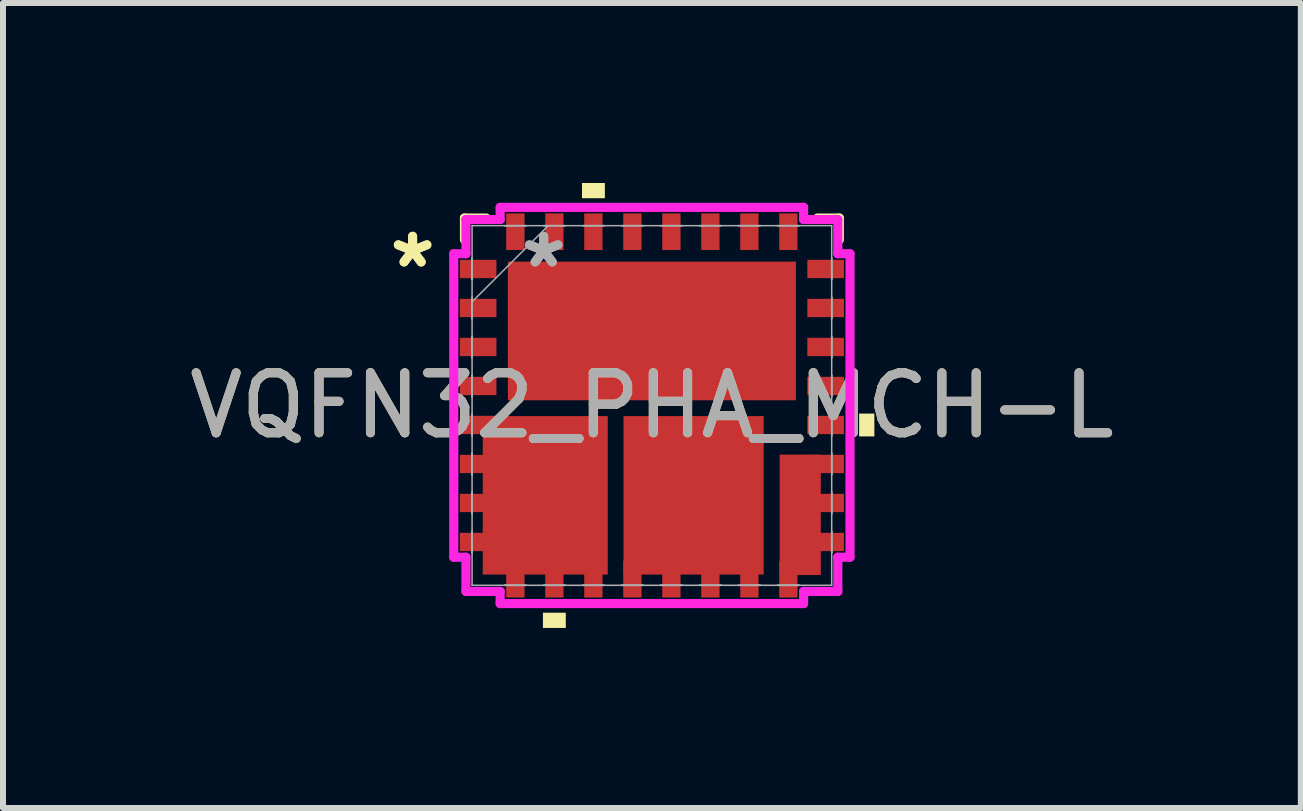
<source format=kicad_pcb>
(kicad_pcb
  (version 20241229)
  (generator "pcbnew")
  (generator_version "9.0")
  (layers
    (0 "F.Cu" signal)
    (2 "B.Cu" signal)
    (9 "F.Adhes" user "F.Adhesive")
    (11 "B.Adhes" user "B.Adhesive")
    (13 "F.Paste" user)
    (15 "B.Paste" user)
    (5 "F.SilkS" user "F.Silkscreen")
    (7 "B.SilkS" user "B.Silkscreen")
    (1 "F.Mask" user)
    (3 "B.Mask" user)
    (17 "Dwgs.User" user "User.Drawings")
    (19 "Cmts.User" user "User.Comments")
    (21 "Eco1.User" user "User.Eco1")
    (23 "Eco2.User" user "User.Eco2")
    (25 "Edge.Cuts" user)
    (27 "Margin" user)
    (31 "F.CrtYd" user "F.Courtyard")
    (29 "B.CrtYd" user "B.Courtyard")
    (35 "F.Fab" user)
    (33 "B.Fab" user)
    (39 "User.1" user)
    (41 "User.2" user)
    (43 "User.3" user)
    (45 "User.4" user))
  (footprint "VQFN32_PHA_MCH-L"
    (layer "F.Cu")
    (at 7.815 3.708)
    (property "Reference" "VQFN32_PHA_MCH-L" (at 0 0 0) (unlocked yes) (layer "F.SilkS") (effects (font (size 1 1) (thickness 0.15))))
    (attr smd)
    (fp_poly (pts (xy -2.819 0.177) (xy -0.736 0.177) (xy -0.736 2.818) (xy -2.819 2.818)) (stroke (width 0) (type solid)) (fill yes) (layer "F.Cu"))
    (fp_poly (pts (xy -0.473 0.177) (xy 1.863 0.177) (xy 1.863 2.818) (xy -0.473 2.818)) (stroke (width 0) (type solid)) (fill yes) (layer "F.Cu"))
    (fp_poly (pts (xy 2.13 0.819) (xy 2.815 0.819) (xy 2.815 2.826) (xy 2.13 2.826)) (stroke (width 0) (type solid)) (fill yes) (layer "F.Cu"))
    (fp_poly (pts (xy -2.819 0.177) (xy -0.736 0.177) (xy -0.736 2.818) (xy -2.819 2.818)) (stroke (width 0) (type solid)) (fill yes) (layer "F.Mask"))
    (fp_poly (pts (xy -0.473 0.177) (xy 1.863 0.177) (xy 1.863 2.818) (xy -0.473 2.818)) (stroke (width 0) (type solid)) (fill yes) (layer "F.Mask"))
    (fp_poly (pts (xy 2.13 0.819) (xy 2.815 0.819) (xy 2.815 2.826) (xy 2.13 2.826)) (stroke (width 0) (type solid)) (fill yes) (layer "F.Mask"))
    (fp_line (start -3.124 -3.124) (end -3.124 -2.76) (stroke (width 0.152) (type solid)) (layer "F.SilkS"))
    (fp_line (start -2.76 -3.124) (end -3.124 -3.124) (stroke (width 0.152) (type solid)) (layer "F.SilkS"))
    (fp_line (start 3.124 -3.124) (end 2.76 -3.124) (stroke (width 0.152) (type solid)) (layer "F.SilkS"))
    (fp_line (start 3.124 -2.76) (end 3.124 -3.124) (stroke (width 0.152) (type solid)) (layer "F.SilkS"))
    (fp_poly (pts (xy -1.816 3.454) (xy -1.816 3.708) (xy -1.435 3.708) (xy -1.435 3.454)) (stroke (width 0) (type solid)) (fill yes) (layer "F.SilkS"))
    (fp_poly (pts (xy -1.165 -3.454) (xy -1.165 -3.708) (xy -0.784 -3.708) (xy -0.784 -3.454)) (stroke (width 0) (type solid)) (fill yes) (layer "F.SilkS"))
    (fp_poly (pts (xy 3.708 0.135) (xy 3.708 0.516) (xy 3.454 0.516) (xy 3.454 0.135)) (stroke (width 0) (type solid)) (fill yes) (layer "F.SilkS"))
    (fp_poly (pts (xy -2.819 0.177) (xy -0.736 0.177) (xy -0.736 2.818) (xy -2.819 2.818)) (stroke (width 0) (type solid)) (fill yes) (layer "F.Paste"))
    (fp_poly (pts (xy -0.473 0.177) (xy 1.863 0.177) (xy 1.863 2.818) (xy -0.473 2.818)) (stroke (width 0) (type solid)) (fill yes) (layer "F.Paste"))
    (fp_poly (pts (xy 2.13 0.819) (xy 2.815 0.819) (xy 2.815 2.826) (xy 2.13 2.826)) (stroke (width 0) (type solid)) (fill yes) (layer "F.Paste"))
    (fp_line (start -3.302 -2.529) (end -3.099 -2.529) (stroke (width 0.152) (type solid)) (layer "F.CrtYd"))
    (fp_line (start -3.302 2.529) (end -3.302 -2.529) (stroke (width 0.152) (type solid)) (layer "F.CrtYd"))
    (fp_line (start -3.099 -3.099) (end -2.529 -3.099) (stroke (width 0.152) (type solid)) (layer "F.CrtYd"))
    (fp_line (start -3.099 -2.529) (end -3.099 -3.099) (stroke (width 0.152) (type solid)) (layer "F.CrtYd"))
    (fp_line (start -3.099 2.529) (end -3.302 2.529) (stroke (width 0.152) (type solid)) (layer "F.CrtYd"))
    (fp_line (start -3.099 3.099) (end -3.099 2.529) (stroke (width 0.152) (type solid)) (layer "F.CrtYd"))
    (fp_line (start -2.529 -3.302) (end 2.529 -3.302) (stroke (width 0.152) (type solid)) (layer "F.CrtYd"))
    (fp_line (start -2.529 -3.099) (end -2.529 -3.302) (stroke (width 0.152) (type solid)) (layer "F.CrtYd"))
    (fp_line (start -2.529 3.099) (end -3.099 3.099) (stroke (width 0.152) (type solid)) (layer "F.CrtYd"))
    (fp_line (start -2.529 3.302) (end -2.529 3.099) (stroke (width 0.152) (type solid)) (layer "F.CrtYd"))
    (fp_line (start 2.529 -3.302) (end 2.529 -3.099) (stroke (width 0.152) (type solid)) (layer "F.CrtYd"))
    (fp_line (start 2.529 -3.099) (end 3.099 -3.099) (stroke (width 0.152) (type solid)) (layer "F.CrtYd"))
    (fp_line (start 2.529 3.099) (end 2.529 3.302) (stroke (width 0.152) (type solid)) (layer "F.CrtYd"))
    (fp_line (start 2.529 3.302) (end -2.529 3.302) (stroke (width 0.152) (type solid)) (layer "F.CrtYd"))
    (fp_line (start 3.099 -3.099) (end 3.099 -2.529) (stroke (width 0.152) (type solid)) (layer "F.CrtYd"))
    (fp_line (start 3.099 -2.529) (end 3.302 -2.529) (stroke (width 0.152) (type solid)) (layer "F.CrtYd"))
    (fp_line (start 3.099 2.529) (end 3.099 3.099) (stroke (width 0.152) (type solid)) (layer "F.CrtYd"))
    (fp_line (start 3.099 3.099) (end 2.529 3.099) (stroke (width 0.152) (type solid)) (layer "F.CrtYd"))
    (fp_line (start 3.302 -2.529) (end 3.302 2.529) (stroke (width 0.152) (type solid)) (layer "F.CrtYd"))
    (fp_line (start 3.302 2.529) (end 3.099 2.529) (stroke (width 0.152) (type solid)) (layer "F.CrtYd"))
    (fp_line (start -2.997 -2.997) (end -2.997 2.997) (stroke (width 0.025) (type solid)) (layer "F.Fab"))
    (fp_line (start -2.997 -2.453) (end -2.997 -2.453) (stroke (width 0.025) (type solid)) (layer "F.Fab"))
    (fp_line (start -2.997 -2.453) (end -2.997 -2.097) (stroke (width 0.025) (type solid)) (layer "F.Fab"))
    (fp_line (start -2.997 -2.097) (end -2.997 -2.453) (stroke (width 0.025) (type solid)) (layer "F.Fab"))
    (fp_line (start -2.997 -2.097) (end -2.997 -2.097) (stroke (width 0.025) (type solid)) (layer "F.Fab"))
    (fp_line (start -2.997 -1.803) (end -2.997 -1.803) (stroke (width 0.025) (type solid)) (layer "F.Fab"))
    (fp_line (start -2.997 -1.803) (end -2.997 -1.447) (stroke (width 0.025) (type solid)) (layer "F.Fab"))
    (fp_line (start -2.997 -1.727) (end -1.727 -2.997) (stroke (width 0.025) (type solid)) (layer "F.Fab"))
    (fp_line (start -2.997 -1.447) (end -2.997 -1.803) (stroke (width 0.025) (type solid)) (layer "F.Fab"))
    (fp_line (start -2.997 -1.447) (end -2.997 -1.447) (stroke (width 0.025) (type solid)) (layer "F.Fab"))
    (fp_line (start -2.997 -1.153) (end -2.997 -1.153) (stroke (width 0.025) (type solid)) (layer "F.Fab"))
    (fp_line (start -2.997 -1.153) (end -2.997 -0.797) (stroke (width 0.025) (type solid)) (layer "F.Fab"))
    (fp_line (start -2.997 -0.797) (end -2.997 -1.153) (stroke (width 0.025) (type solid)) (layer "F.Fab"))
    (fp_line (start -2.997 -0.797) (end -2.997 -0.797) (stroke (width 0.025) (type solid)) (layer "F.Fab"))
    (fp_line (start -2.997 -0.503) (end -2.997 -0.503) (stroke (width 0.025) (type solid)) (layer "F.Fab"))
    (fp_line (start -2.997 -0.503) (end -2.997 -0.147) (stroke (width 0.025) (type solid)) (layer "F.Fab"))
    (fp_line (start -2.997 -0.147) (end -2.997 -0.503) (stroke (width 0.025) (type solid)) (layer "F.Fab"))
    (fp_line (start -2.997 -0.147) (end -2.997 -0.147) (stroke (width 0.025) (type solid)) (layer "F.Fab"))
    (fp_line (start -2.997 0.147) (end -2.997 0.147) (stroke (width 0.025) (type solid)) (layer "F.Fab"))
    (fp_line (start -2.997 0.147) (end -2.997 0.503) (stroke (width 0.025) (type solid)) (layer "F.Fab"))
    (fp_line (start -2.997 0.503) (end -2.997 0.147) (stroke (width 0.025) (type solid)) (layer "F.Fab"))
    (fp_line (start -2.997 0.503) (end -2.997 0.503) (stroke (width 0.025) (type solid)) (layer "F.Fab"))
    (fp_line (start -2.997 0.797) (end -2.997 0.797) (stroke (width 0.025) (type solid)) (layer "F.Fab"))
    (fp_line (start -2.997 0.797) (end -2.997 1.153) (stroke (width 0.025) (type solid)) (layer "F.Fab"))
    (fp_line (start -2.997 1.153) (end -2.997 0.797) (stroke (width 0.025) (type solid)) (layer "F.Fab"))
    (fp_line (start -2.997 1.153) (end -2.997 1.153) (stroke (width 0.025) (type solid)) (layer "F.Fab"))
    (fp_line (start -2.997 1.447) (end -2.997 1.447) (stroke (width 0.025) (type solid)) (layer "F.Fab"))
    (fp_line (start -2.997 1.447) (end -2.997 1.803) (stroke (width 0.025) (type solid)) (layer "F.Fab"))
    (fp_line (start -2.997 1.803) (end -2.997 1.447) (stroke (width 0.025) (type solid)) (layer "F.Fab"))
    (fp_line (start -2.997 1.803) (end -2.997 1.803) (stroke (width 0.025) (type solid)) (layer "F.Fab"))
    (fp_line (start -2.997 2.097) (end -2.997 2.097) (stroke (width 0.025) (type solid)) (layer "F.Fab"))
    (fp_line (start -2.997 2.097) (end -2.997 2.453) (stroke (width 0.025) (type solid)) (layer "F.Fab"))
    (fp_line (start -2.997 2.453) (end -2.997 2.097) (stroke (width 0.025) (type solid)) (layer "F.Fab"))
    (fp_line (start -2.997 2.453) (end -2.997 2.453) (stroke (width 0.025) (type solid)) (layer "F.Fab"))
    (fp_line (start -2.997 2.997) (end 2.997 2.997) (stroke (width 0.025) (type solid)) (layer "F.Fab"))
    (fp_line (start -2.453 -2.997) (end -2.453 -2.997) (stroke (width 0.025) (type solid)) (layer "F.Fab"))
    (fp_line (start -2.453 -2.997) (end -2.097 -2.997) (stroke (width 0.025) (type solid)) (layer "F.Fab"))
    (fp_line (start -2.453 2.997) (end -2.453 2.997) (stroke (width 0.025) (type solid)) (layer "F.Fab"))
    (fp_line (start -2.453 2.997) (end -2.097 2.997) (stroke (width 0.025) (type solid)) (layer "F.Fab"))
    (fp_line (start -2.097 -2.997) (end -2.453 -2.997) (stroke (width 0.025) (type solid)) (layer "F.Fab"))
    (fp_line (start -2.097 -2.997) (end -2.097 -2.997) (stroke (width 0.025) (type solid)) (layer "F.Fab"))
    (fp_line (start -2.097 2.997) (end -2.453 2.997) (stroke (width 0.025) (type solid)) (layer "F.Fab"))
    (fp_line (start -2.097 2.997) (end -2.097 2.997) (stroke (width 0.025) (type solid)) (layer "F.Fab"))
    (fp_line (start -1.803 -2.997) (end -1.803 -2.997) (stroke (width 0.025) (type solid)) (layer "F.Fab"))
    (fp_line (start -1.803 -2.997) (end -1.447 -2.997) (stroke (width 0.025) (type solid)) (layer "F.Fab"))
    (fp_line (start -1.803 2.997) (end -1.803 2.997) (stroke (width 0.025) (type solid)) (layer "F.Fab"))
    (fp_line (start -1.803 2.997) (end -1.447 2.997) (stroke (width 0.025) (type solid)) (layer "F.Fab"))
    (fp_line (start -1.447 -2.997) (end -1.803 -2.997) (stroke (width 0.025) (type solid)) (layer "F.Fab"))
    (fp_line (start -1.447 -2.997) (end -1.447 -2.997) (stroke (width 0.025) (type solid)) (layer "F.Fab"))
    (fp_line (start -1.447 2.997) (end -1.803 2.997) (stroke (width 0.025) (type solid)) (layer "F.Fab"))
    (fp_line (start -1.447 2.997) (end -1.447 2.997) (stroke (width 0.025) (type solid)) (layer "F.Fab"))
    (fp_line (start -1.153 -2.997) (end -1.153 -2.997) (stroke (width 0.025) (type solid)) (layer "F.Fab"))
    (fp_line (start -1.153 -2.997) (end -0.797 -2.997) (stroke (width 0.025) (type solid)) (layer "F.Fab"))
    (fp_line (start -1.153 2.997) (end -1.153 2.997) (stroke (width 0.025) (type solid)) (layer "F.Fab"))
    (fp_line (start -1.153 2.997) (end -0.797 2.997) (stroke (width 0.025) (type solid)) (layer "F.Fab"))
    (fp_line (start -0.797 -2.997) (end -1.153 -2.997) (stroke (width 0.025) (type solid)) (layer "F.Fab"))
    (fp_line (start -0.797 -2.997) (end -0.797 -2.997) (stroke (width 0.025) (type solid)) (layer "F.Fab"))
    (fp_line (start -0.797 2.997) (end -1.153 2.997) (stroke (width 0.025) (type solid)) (layer "F.Fab"))
    (fp_line (start -0.797 2.997) (end -0.797 2.997) (stroke (width 0.025) (type solid)) (layer "F.Fab"))
    (fp_line (start -0.503 -2.997) (end -0.503 -2.997) (stroke (width 0.025) (type solid)) (layer "F.Fab"))
    (fp_line (start -0.503 -2.997) (end -0.147 -2.997) (stroke (width 0.025) (type solid)) (layer "F.Fab"))
    (fp_line (start -0.503 2.997) (end -0.503 2.997) (stroke (width 0.025) (type solid)) (layer "F.Fab"))
    (fp_line (start -0.503 2.997) (end -0.147 2.997) (stroke (width 0.025) (type solid)) (layer "F.Fab"))
    (fp_line (start -0.147 -2.997) (end -0.503 -2.997) (stroke (width 0.025) (type solid)) (layer "F.Fab"))
    (fp_line (start -0.147 -2.997) (end -0.147 -2.997) (stroke (width 0.025) (type solid)) (layer "F.Fab"))
    (fp_line (start -0.147 2.997) (end -0.503 2.997) (stroke (width 0.025) (type solid)) (layer "F.Fab"))
    (fp_line (start -0.147 2.997) (end -0.147 2.997) (stroke (width 0.025) (type solid)) (layer "F.Fab"))
    (fp_line (start 0.147 -2.997) (end 0.147 -2.997) (stroke (width 0.025) (type solid)) (layer "F.Fab"))
    (fp_line (start 0.147 -2.997) (end 0.503 -2.997) (stroke (width 0.025) (type solid)) (layer "F.Fab"))
    (fp_line (start 0.147 2.997) (end 0.147 2.997) (stroke (width 0.025) (type solid)) (layer "F.Fab"))
    (fp_line (start 0.147 2.997) (end 0.503 2.997) (stroke (width 0.025) (type solid)) (layer "F.Fab"))
    (fp_line (start 0.503 -2.997) (end 0.147 -2.997) (stroke (width 0.025) (type solid)) (layer "F.Fab"))
    (fp_line (start 0.503 -2.997) (end 0.503 -2.997) (stroke (width 0.025) (type solid)) (layer "F.Fab"))
    (fp_line (start 0.503 2.997) (end 0.147 2.997) (stroke (width 0.025) (type solid)) (layer "F.Fab"))
    (fp_line (start 0.503 2.997) (end 0.503 2.997) (stroke (width 0.025) (type solid)) (layer "F.Fab"))
    (fp_line (start 0.797 -2.997) (end 0.797 -2.997) (stroke (width 0.025) (type solid)) (layer "F.Fab"))
    (fp_line (start 0.797 -2.997) (end 1.153 -2.997) (stroke (width 0.025) (type solid)) (layer "F.Fab"))
    (fp_line (start 0.797 2.997) (end 0.797 2.997) (stroke (width 0.025) (type solid)) (layer "F.Fab"))
    (fp_line (start 0.797 2.997) (end 1.153 2.997) (stroke (width 0.025) (type solid)) (layer "F.Fab"))
    (fp_line (start 1.153 -2.997) (end 0.797 -2.997) (stroke (width 0.025) (type solid)) (layer "F.Fab"))
    (fp_line (start 1.153 -2.997) (end 1.153 -2.997) (stroke (width 0.025) (type solid)) (layer "F.Fab"))
    (fp_line (start 1.153 2.997) (end 0.797 2.997) (stroke (width 0.025) (type solid)) (layer "F.Fab"))
    (fp_line (start 1.153 2.997) (end 1.153 2.997) (stroke (width 0.025) (type solid)) (layer "F.Fab"))
    (fp_line (start 1.447 -2.997) (end 1.447 -2.997) (stroke (width 0.025) (type solid)) (layer "F.Fab"))
    (fp_line (start 1.447 -2.997) (end 1.803 -2.997) (stroke (width 0.025) (type solid)) (layer "F.Fab"))
    (fp_line (start 1.447 2.997) (end 1.447 2.997) (stroke (width 0.025) (type solid)) (layer "F.Fab"))
    (fp_line (start 1.447 2.997) (end 1.803 2.997) (stroke (width 0.025) (type solid)) (layer "F.Fab"))
    (fp_line (start 1.803 -2.997) (end 1.447 -2.997) (stroke (width 0.025) (type solid)) (layer "F.Fab"))
    (fp_line (start 1.803 -2.997) (end 1.803 -2.997) (stroke (width 0.025) (type solid)) (layer "F.Fab"))
    (fp_line (start 1.803 2.997) (end 1.447 2.997) (stroke (width 0.025) (type solid)) (layer "F.Fab"))
    (fp_line (start 1.803 2.997) (end 1.803 2.997) (stroke (width 0.025) (type solid)) (layer "F.Fab"))
    (fp_line (start 2.097 -2.997) (end 2.097 -2.997) (stroke (width 0.025) (type solid)) (layer "F.Fab"))
    (fp_line (start 2.097 -2.997) (end 2.453 -2.997) (stroke (width 0.025) (type solid)) (layer "F.Fab"))
    (fp_line (start 2.097 2.997) (end 2.097 2.997) (stroke (width 0.025) (type solid)) (layer "F.Fab"))
    (fp_line (start 2.097 2.997) (end 2.453 2.997) (stroke (width 0.025) (type solid)) (layer "F.Fab"))
    (fp_line (start 2.453 -2.997) (end 2.097 -2.997) (stroke (width 0.025) (type solid)) (layer "F.Fab"))
    (fp_line (start 2.453 -2.997) (end 2.453 -2.997) (stroke (width 0.025) (type solid)) (layer "F.Fab"))
    (fp_line (start 2.453 2.997) (end 2.097 2.997) (stroke (width 0.025) (type solid)) (layer "F.Fab"))
    (fp_line (start 2.453 2.997) (end 2.453 2.997) (stroke (width 0.025) (type solid)) (layer "F.Fab"))
    (fp_line (start 2.997 -2.997) (end -2.997 -2.997) (stroke (width 0.025) (type solid)) (layer "F.Fab"))
    (fp_line (start 2.997 -2.453) (end 2.997 -2.453) (stroke (width 0.025) (type solid)) (layer "F.Fab"))
    (fp_line (start 2.997 -2.453) (end 2.997 -2.097) (stroke (width 0.025) (type solid)) (layer "F.Fab"))
    (fp_line (start 2.997 -2.097) (end 2.997 -2.453) (stroke (width 0.025) (type solid)) (layer "F.Fab"))
    (fp_line (start 2.997 -2.097) (end 2.997 -2.097) (stroke (width 0.025) (type solid)) (layer "F.Fab"))
    (fp_line (start 2.997 -1.803) (end 2.997 -1.803) (stroke (width 0.025) (type solid)) (layer "F.Fab"))
    (fp_line (start 2.997 -1.803) (end 2.997 -1.447) (stroke (width 0.025) (type solid)) (layer "F.Fab"))
    (fp_line (start 2.997 -1.447) (end 2.997 -1.803) (stroke (width 0.025) (type solid)) (layer "F.Fab"))
    (fp_line (start 2.997 -1.447) (end 2.997 -1.447) (stroke (width 0.025) (type solid)) (layer "F.Fab"))
    (fp_line (start 2.997 -1.153) (end 2.997 -1.153) (stroke (width 0.025) (type solid)) (layer "F.Fab"))
    (fp_line (start 2.997 -1.153) (end 2.997 -0.797) (stroke (width 0.025) (type solid)) (layer "F.Fab"))
    (fp_line (start 2.997 -0.797) (end 2.997 -1.153) (stroke (width 0.025) (type solid)) (layer "F.Fab"))
    (fp_line (start 2.997 -0.797) (end 2.997 -0.797) (stroke (width 0.025) (type solid)) (layer "F.Fab"))
    (fp_line (start 2.997 -0.503) (end 2.997 -0.503) (stroke (width 0.025) (type solid)) (layer "F.Fab"))
    (fp_line (start 2.997 -0.503) (end 2.997 -0.147) (stroke (width 0.025) (type solid)) (layer "F.Fab"))
    (fp_line (start 2.997 -0.147) (end 2.997 -0.503) (stroke (width 0.025) (type solid)) (layer "F.Fab"))
    (fp_line (start 2.997 -0.147) (end 2.997 -0.147) (stroke (width 0.025) (type solid)) (layer "F.Fab"))
    (fp_line (start 2.997 0.147) (end 2.997 0.147) (stroke (width 0.025) (type solid)) (layer "F.Fab"))
    (fp_line (start 2.997 0.147) (end 2.997 0.503) (stroke (width 0.025) (type solid)) (layer "F.Fab"))
    (fp_line (start 2.997 0.503) (end 2.997 0.147) (stroke (width 0.025) (type solid)) (layer "F.Fab"))
    (fp_line (start 2.997 0.503) (end 2.997 0.503) (stroke (width 0.025) (type solid)) (layer "F.Fab"))
    (fp_line (start 2.997 0.797) (end 2.997 0.797) (stroke (width 0.025) (type solid)) (layer "F.Fab"))
    (fp_line (start 2.997 0.797) (end 2.997 1.153) (stroke (width 0.025) (type solid)) (layer "F.Fab"))
    (fp_line (start 2.997 1.153) (end 2.997 0.797) (stroke (width 0.025) (type solid)) (layer "F.Fab"))
    (fp_line (start 2.997 1.153) (end 2.997 1.153) (stroke (width 0.025) (type solid)) (layer "F.Fab"))
    (fp_line (start 2.997 1.447) (end 2.997 1.447) (stroke (width 0.025) (type solid)) (layer "F.Fab"))
    (fp_line (start 2.997 1.447) (end 2.997 1.803) (stroke (width 0.025) (type solid)) (layer "F.Fab"))
    (fp_line (start 2.997 1.803) (end 2.997 1.447) (stroke (width 0.025) (type solid)) (layer "F.Fab"))
    (fp_line (start 2.997 1.803) (end 2.997 1.803) (stroke (width 0.025) (type solid)) (layer "F.Fab"))
    (fp_line (start 2.997 2.097) (end 2.997 2.097) (stroke (width 0.025) (type solid)) (layer "F.Fab"))
    (fp_line (start 2.997 2.097) (end 2.997 2.453) (stroke (width 0.025) (type solid)) (layer "F.Fab"))
    (fp_line (start 2.997 2.453) (end 2.997 2.097) (stroke (width 0.025) (type solid)) (layer "F.Fab"))
    (fp_line (start 2.997 2.453) (end 2.997 2.453) (stroke (width 0.025) (type solid)) (layer "F.Fab"))
    (fp_line (start 2.997 2.997) (end 2.997 -2.997) (stroke (width 0.025) (type solid)) (layer "F.Fab"))
    (fp_text user "*" (at -3.988 -2.275 0) (unlocked yes) (layer "F.SilkS") (effects (font (size 1 1) (thickness 0.15))))
    (fp_text user "*" (at -3.988 -2.275 0) (layer "F.SilkS") (effects (font (size 1 1) (thickness 0.15))))
    (fp_text user "*" (at -1.803 -2.275 0) (layer "F.Fab") (effects (font (size 1 1) (thickness 0.15))))
    (fp_text user "${REFERENCE}" (at 0 0 0) (unlocked yes) (layer "F.Fab") (effects (font (size 1 1) (thickness 0.15))))
    (fp_text user "*" (at -1.803 -2.275 0) (unlocked yes) (layer "F.Fab") (effects (font (size 1 1) (thickness 0.15))))
    (pad "1" smd rect (at -2.896 -2.275 90) (size 0.305 0.61) (layers "F.Cu" "F.Mask" "F.Paste"))
    (pad "2" smd rect (at -2.896 -1.625 90) (size 0.305 0.61) (layers "F.Cu" "F.Mask" "F.Paste"))
    (pad "3" smd rect (at -2.896 -0.975 90) (size 0.305 0.61) (layers "F.Cu" "F.Mask" "F.Paste"))
    (pad "4" smd rect (at -2.896 -0.325 90) (size 0.305 0.61) (layers "F.Cu" "F.Mask" "F.Paste"))
    (pad "5" smd rect (at -2.896 0.325 90) (size 0.305 0.61) (layers "F.Cu" "F.Mask" "F.Paste"))
    (pad "6" smd rect (at -2.896 0.975 90) (size 0.305 0.61) (layers "F.Cu" "F.Mask" "F.Paste"))
    (pad "7" smd rect (at -2.896 1.625 90) (size 0.305 0.61) (layers "F.Cu" "F.Mask" "F.Paste"))
    (pad "8" smd rect (at -2.896 2.275 90) (size 0.305 0.61) (layers "F.Cu" "F.Mask" "F.Paste"))
    (pad "9" smd rect (at -2.275 2.896) (size 0.305 0.61) (layers "F.Cu" "F.Mask" "F.Paste"))
    (pad "10" smd rect (at -1.625 2.896) (size 0.305 0.61) (layers "F.Cu" "F.Mask" "F.Paste"))
    (pad "11" smd rect (at -0.975 2.896) (size 0.305 0.61) (layers "F.Cu" "F.Mask" "F.Paste"))
    (pad "12" smd rect (at -0.325 2.896) (size 0.305 0.61) (layers "F.Cu" "F.Mask" "F.Paste"))
    (pad "13" smd rect (at 0.325 2.896) (size 0.305 0.61) (layers "F.Cu" "F.Mask" "F.Paste"))
    (pad "14" smd rect (at 0.975 2.896) (size 0.305 0.61) (layers "F.Cu" "F.Mask" "F.Paste"))
    (pad "15" smd rect (at 1.625 2.896) (size 0.305 0.61) (layers "F.Cu" "F.Mask" "F.Paste"))
    (pad "16" smd rect (at 2.275 2.896) (size 0.305 0.61) (layers "F.Cu" "F.Mask" "F.Paste"))
    (pad "17" smd rect (at 2.896 2.275 90) (size 0.305 0.61) (layers "F.Cu" "F.Mask" "F.Paste"))
    (pad "18" smd rect (at 2.896 1.625 90) (size 0.305 0.61) (layers "F.Cu" "F.Mask" "F.Paste"))
    (pad "19" smd rect (at 2.896 0.975 90) (size 0.305 0.61) (layers "F.Cu" "F.Mask" "F.Paste"))
    (pad "20" smd rect (at 2.896 0.325 90) (size 0.305 0.61) (layers "F.Cu" "F.Mask" "F.Paste"))
    (pad "21" smd rect (at 2.896 -0.325 90) (size 0.305 0.61) (layers "F.Cu" "F.Mask" "F.Paste"))
    (pad "22" smd rect (at 2.896 -0.975 90) (size 0.305 0.61) (layers "F.Cu" "F.Mask" "F.Paste"))
    (pad "23" smd rect (at 2.896 -1.625 90) (size 0.305 0.61) (layers "F.Cu" "F.Mask" "F.Paste"))
    (pad "24" smd rect (at 2.896 -2.275 90) (size 0.305 0.61) (layers "F.Cu" "F.Mask" "F.Paste"))
    (pad "25" smd rect (at 2.275 -2.896) (size 0.305 0.61) (layers "F.Cu" "F.Mask" "F.Paste"))
    (pad "26" smd rect (at 1.625 -2.896) (size 0.305 0.61) (layers "F.Cu" "F.Mask" "F.Paste"))
    (pad "27" smd rect (at 0.975 -2.896) (size 0.305 0.61) (layers "F.Cu" "F.Mask" "F.Paste"))
    (pad "28" smd rect (at 0.325 -2.896) (size 0.305 0.61) (layers "F.Cu" "F.Mask" "F.Paste"))
    (pad "29" smd rect (at -0.325 -2.896) (size 0.305 0.61) (layers "F.Cu" "F.Mask" "F.Paste"))
    (pad "30" smd rect (at -0.975 -2.896) (size 0.305 0.61) (layers "F.Cu" "F.Mask" "F.Paste"))
    (pad "31" smd rect (at -1.625 -2.896) (size 0.305 0.61) (layers "F.Cu" "F.Mask" "F.Paste"))
    (pad "32" smd rect (at -2.275 -2.896) (size 0.305 0.61) (layers "F.Cu" "F.Mask" "F.Paste"))
    (pad "33" smd rect (at 0 -1.242) (size 4.801 2.311) (layers "F.Cu" "F.Mask" "F.Paste")))
  (gr_rect
    (start -3 -3)
    (end 18.631 10.417)
    (stroke (width 0.1) (type default))
    (fill no)
    (layer "Edge.Cuts")))
</source>
